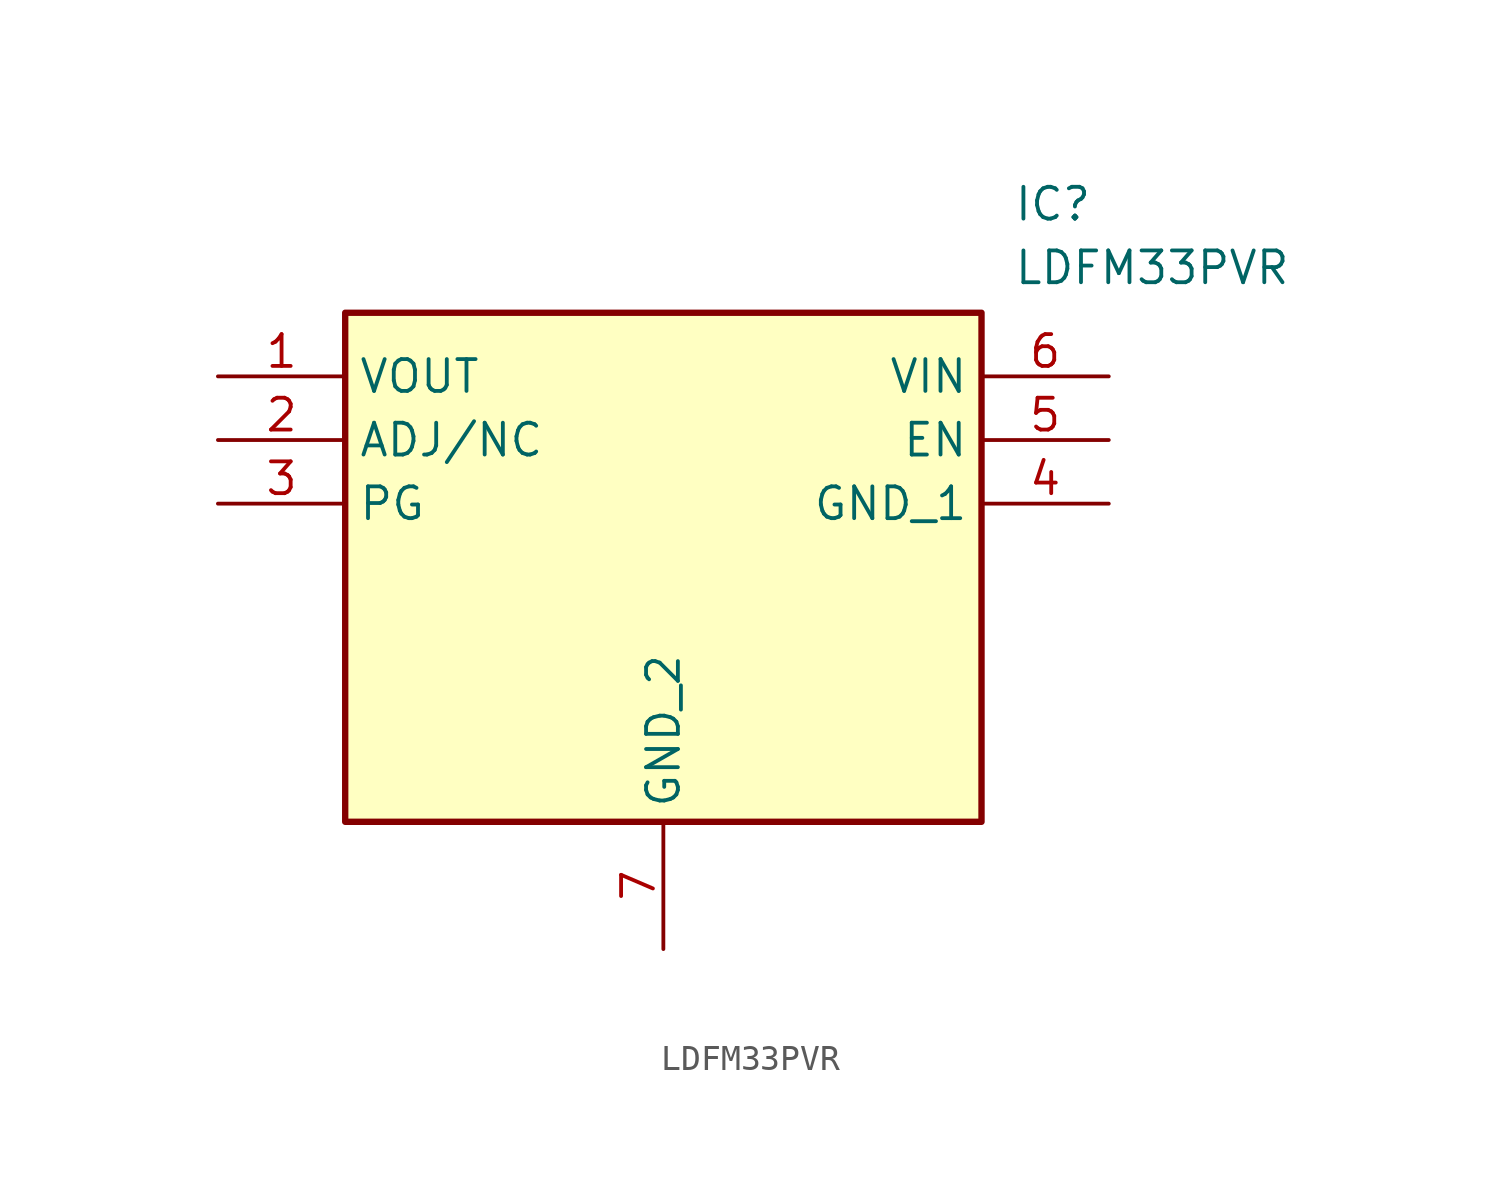
<source format=kicad_sym>
(kicad_symbol_lib
  (version 20211014)
  (generator SamacSys_ECAD_Model)
  (symbol "LDFM33PVR"
    (property "Reference" "IC"
      (at 31.75 7.62 0)
      (effects (font (size 1.27 1.27)) (justify left top)))
    (property "Value" "LDFM33PVR"
      (at 31.75 5.08 0)
      (effects (font (size 1.27 1.27)) (justify left top)))
    (rectangle
      (start 5.08 2.54)
      (end 30.48 -17.78)
      (stroke (width 0.254) (type default))
      (fill (type background)))
    (pin passive line
      (at 0 0 0)
      (length 5.08)
      (name "VOUT" (effects (font (size 1.27 1.27))))
      (number "1" (effects (font (size 1.27 1.27)))))
    (pin passive line
      (at 0 -2.54 0)
      (length 5.08)
      (name "ADJ/NC" (effects (font (size 1.27 1.27))))
      (number "2" (effects (font (size 1.27 1.27)))))
    (pin passive line
      (at 0 -5.08 0)
      (length 5.08)
      (name "PG" (effects (font (size 1.27 1.27))))
      (number "3" (effects (font (size 1.27 1.27)))))
    (pin passive line
      (at 17.78 -22.86 90)
      (length 5.08)
      (name "GND_2" (effects (font (size 1.27 1.27))))
      (number "7" (effects (font (size 1.27 1.27)))))
    (pin passive line
      (at 35.56 0 180)
      (length 5.08)
      (name "VIN" (effects (font (size 1.27 1.27))))
      (number "6" (effects (font (size 1.27 1.27)))))
    (pin passive line
      (at 35.56 -2.54 180)
      (length 5.08)
      (name "EN" (effects (font (size 1.27 1.27))))
      (number "5" (effects (font (size 1.27 1.27)))))
    (pin passive line
      (at 35.56 -5.08 180)
      (length 5.08)
      (name "GND_1" (effects (font (size 1.27 1.27))))
      (number "4" (effects (font (size 1.27 1.27)))))))
</source>
